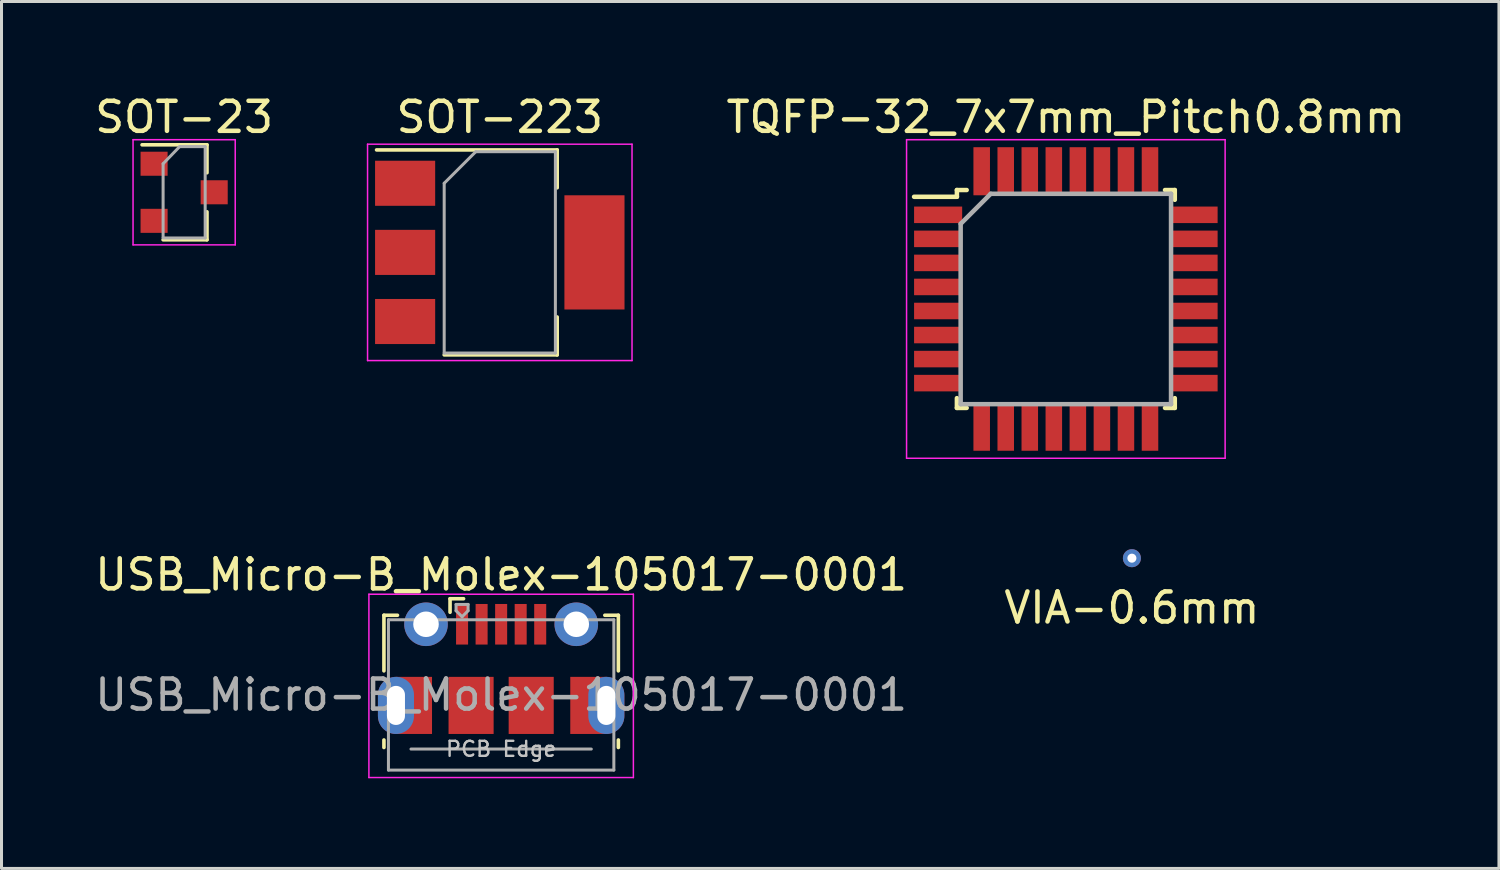
<source format=kicad_pcb>
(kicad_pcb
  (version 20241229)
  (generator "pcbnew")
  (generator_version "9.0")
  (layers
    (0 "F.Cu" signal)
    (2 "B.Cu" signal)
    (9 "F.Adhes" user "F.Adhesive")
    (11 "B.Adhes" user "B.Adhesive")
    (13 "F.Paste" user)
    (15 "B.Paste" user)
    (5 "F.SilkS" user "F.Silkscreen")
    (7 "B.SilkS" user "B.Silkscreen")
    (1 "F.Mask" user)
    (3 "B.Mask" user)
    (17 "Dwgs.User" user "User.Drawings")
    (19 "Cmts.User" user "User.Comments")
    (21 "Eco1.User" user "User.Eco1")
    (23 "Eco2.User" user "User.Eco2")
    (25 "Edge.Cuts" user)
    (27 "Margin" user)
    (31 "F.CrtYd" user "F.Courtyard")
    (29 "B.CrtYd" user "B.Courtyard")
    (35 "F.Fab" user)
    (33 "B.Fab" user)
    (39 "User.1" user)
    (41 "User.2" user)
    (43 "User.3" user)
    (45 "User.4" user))
  (footprint "SOT-223"
    (layer "F.Cu")
    (at 13.58 5.348)
    (property "Reference" "SOT-223" (at 0 -4.5 0) (layer "F.SilkS") (effects (font (size 1 1) (thickness 0.15))))
    (attr smd)
    (fp_line (start -4.1 -3.41) (end 1.91 -3.41) (stroke (width 0.12) (type solid)) (layer "F.SilkS"))
    (fp_line (start -1.85 3.41) (end 1.91 3.41) (stroke (width 0.12) (type solid)) (layer "F.SilkS"))
    (fp_line (start 1.91 -3.41) (end 1.91 -2.15) (stroke (width 0.12) (type solid)) (layer "F.SilkS"))
    (fp_line (start 1.91 3.41) (end 1.91 2.15) (stroke (width 0.12) (type solid)) (layer "F.SilkS"))
    (fp_line (start -4.4 -3.6) (end -4.4 3.6) (stroke (width 0.05) (type solid)) (layer "F.CrtYd"))
    (fp_line (start -4.4 3.6) (end 4.4 3.6) (stroke (width 0.05) (type solid)) (layer "F.CrtYd"))
    (fp_line (start 4.4 -3.6) (end -4.4 -3.6) (stroke (width 0.05) (type solid)) (layer "F.CrtYd"))
    (fp_line (start 4.4 3.6) (end 4.4 -3.6) (stroke (width 0.05) (type solid)) (layer "F.CrtYd"))
    (fp_line (start -1.85 -2.3) (end -1.85 3.35) (stroke (width 0.1) (type solid)) (layer "F.Fab"))
    (fp_line (start -1.85 -2.3) (end -0.8 -3.35) (stroke (width 0.1) (type solid)) (layer "F.Fab"))
    (fp_line (start -1.85 3.35) (end 1.85 3.35) (stroke (width 0.1) (type solid)) (layer "F.Fab"))
    (fp_line (start -0.8 -3.35) (end 1.85 -3.35) (stroke (width 0.1) (type solid)) (layer "F.Fab"))
    (fp_line (start 1.85 -3.35) (end 1.85 3.35) (stroke (width 0.1) (type solid)) (layer "F.Fab"))
    (pad "1" smd rect (at -3.15 -2.3) (size 2 1.5) (layers "F.Cu" "F.Mask" "F.Paste"))
    (pad "2" smd rect (at -3.15 0) (size 2 1.5) (layers "F.Cu" "F.Mask" "F.Paste"))
    (pad "3" smd rect (at -3.15 2.3) (size 2 1.5) (layers "F.Cu" "F.Mask" "F.Paste"))
    (pad "4" smd rect (at 3.15 0) (size 2 3.8) (layers "F.Cu" "F.Mask" "F.Paste")))
  (footprint "VIA-0.6mm"
    (layer "F.Cu")
    (at 34.613 15.523)
    (property "Reference" "VIA-0.6mm" (at 0 1.651 0) (layer "F.SilkS") (effects (font (size 1 1) (thickness 0.15))))
    (attr through_hole)
    (pad "1" thru_hole circle (at 0 0) (size 0.6 0.6) (drill 0.3) (layers "*.Cu")))
  (footprint "USB_Micro-B_Molex-105017-0001"
    (layer "F.Cu")
    (at 13.625 20.072)
    (property "Reference" "USB_Micro-B_Molex-105017-0001" (at 0 -4 0) (layer "F.SilkS") (effects (font (size 1 1) (thickness 0.15))))
    (attr smd)
    (fp_line (start -3.9 -2.65) (end -3.45 -2.65) (stroke (width 0.12) (type solid)) (layer "F.SilkS"))
    (fp_line (start -3.9 -0.8) (end -3.9 -2.65) (stroke (width 0.12) (type solid)) (layer "F.SilkS"))
    (fp_line (start -3.9 1.75) (end -3.9 1.5) (stroke (width 0.12) (type solid)) (layer "F.SilkS"))
    (fp_line (start -1.7 -3.2) (end -1.7 -2.75) (stroke (width 0.12) (type solid)) (layer "F.SilkS"))
    (fp_line (start -1.7 -3.2) (end -1.25 -3.2) (stroke (width 0.12) (type solid)) (layer "F.SilkS"))
    (fp_line (start 3.9 -2.65) (end 3.45 -2.65) (stroke (width 0.12) (type solid)) (layer "F.SilkS"))
    (fp_line (start 3.9 -0.8) (end 3.9 -2.65) (stroke (width 0.12) (type solid)) (layer "F.SilkS"))
    (fp_line (start 3.9 1.75) (end 3.9 1.5) (stroke (width 0.12) (type solid)) (layer "F.SilkS"))
    (fp_line (start -4.4 -3.35) (end 4.4 -3.35) (stroke (width 0.05) (type solid)) (layer "F.CrtYd"))
    (fp_line (start -4.4 2.75) (end -4.4 -3.35) (stroke (width 0.05) (type solid)) (layer "F.CrtYd"))
    (fp_line (start -4.4 2.75) (end 4.4 2.75) (stroke (width 0.05) (type solid)) (layer "F.CrtYd"))
    (fp_line (start 4.4 -3.35) (end 4.4 2.75) (stroke (width 0.05) (type solid)) (layer "F.CrtYd"))
    (fp_line (start -3.75 -2.5) (end 3.75 -2.5) (stroke (width 0.1) (type solid)) (layer "F.Fab"))
    (fp_line (start -3.75 2.5) (end -3.75 -2.5) (stroke (width 0.1) (type solid)) (layer "F.Fab"))
    (fp_line (start -3.75 2.502) (end 3.75 2.502) (stroke (width 0.1) (type solid)) (layer "F.Fab"))
    (fp_line (start -3 1.802) (end 3 1.802) (stroke (width 0.1) (type solid)) (layer "F.Fab"))
    (fp_line (start -1.5 -3.01) (end -1.5 -2.8) (stroke (width 0.1) (type solid)) (layer "F.Fab"))
    (fp_line (start -1.5 -3.01) (end -1.1 -3.01) (stroke (width 0.1) (type solid)) (layer "F.Fab"))
    (fp_line (start -1.3 -2.6) (end -1.5 -2.8) (stroke (width 0.1) (type solid)) (layer "F.Fab"))
    (fp_line (start -1.1 -3.01) (end -1.1 -2.8) (stroke (width 0.1) (type solid)) (layer "F.Fab"))
    (fp_line (start -1.1 -2.8) (end -1.3 -2.6) (stroke (width 0.1) (type solid)) (layer "F.Fab"))
    (fp_line (start 3.75 2.5) (end 3.75 -2.5) (stroke (width 0.1) (type solid)) (layer "F.Fab"))
    (fp_text user "PCB Edge" (at 0 1.8 0) (layer "Dwgs.User") (effects (font (size 0.5 0.5) (thickness 0.08))))
    (fp_text user "${REFERENCE}" (at 0 0 0) (layer "F.Fab") (effects (font (size 1 1) (thickness 0.15))))
    (pad "1" smd rect (at -1.3 -2.35) (size 0.4 1.35) (layers "F.Cu" "F.Mask" "F.Paste"))
    (pad "2" smd rect (at -0.65 -2.35) (size 0.4 1.35) (layers "F.Cu" "F.Mask" "F.Paste"))
    (pad "3" smd rect (at 0 -2.35) (size 0.4 1.35) (layers "F.Cu" "F.Mask" "F.Paste"))
    (pad "4" smd rect (at 0.65 -2.35) (size 0.4 1.35) (layers "F.Cu" "F.Mask" "F.Paste"))
    (pad "5" smd rect (at 1.3 -2.35) (size 0.4 1.35) (layers "F.Cu" "F.Mask" "F.Paste"))
    (pad "6" thru_hole oval (at -3.5 0.35 180) (size 1.2 1.9) (drill oval 0.6 1.3) (layers "*.Cu" "*.Mask"))
    (pad "6" smd rect (at -2.9 0.35) (size 1.2 1.9) (layers "F.Cu" "F.Mask"))
    (pad "6" thru_hole circle (at -2.5 -2.35) (size 1.45 1.45) (drill 0.85) (layers "*.Cu" "*.Mask"))
    (pad "6" smd rect (at -1 0.35) (size 1.5 1.9) (layers "F.Cu" "F.Mask" "F.Paste"))
    (pad "6" smd rect (at 1 0.35) (size 1.5 1.9) (layers "F.Cu" "F.Mask" "F.Paste"))
    (pad "6" thru_hole circle (at 2.5 -2.35) (size 1.45 1.45) (drill 0.85) (layers "*.Cu" "*.Mask"))
    (pad "6" smd rect (at 2.9 0.35) (size 1.2 1.9) (layers "F.Cu" "F.Mask"))
    (pad "6" thru_hole oval (at 3.5 0.35) (size 1.2 1.9) (drill oval 0.6 1.3) (layers "*.Cu" "*.Mask")))
  (footprint "SOT-23"
    (layer "F.Cu")
    (at 3.077 3.348)
    (property "Reference" "SOT-23" (at 0 -2.5 0) (layer "F.SilkS") (effects (font (size 1 1) (thickness 0.15))))
    (attr smd)
    (fp_line (start 0.76 -1.58) (end -1.4 -1.58) (stroke (width 0.12) (type solid)) (layer "F.SilkS"))
    (fp_line (start 0.76 -1.58) (end 0.76 -0.65) (stroke (width 0.12) (type solid)) (layer "F.SilkS"))
    (fp_line (start 0.76 1.58) (end -0.7 1.58) (stroke (width 0.12) (type solid)) (layer "F.SilkS"))
    (fp_line (start 0.76 1.58) (end 0.76 0.65) (stroke (width 0.12) (type solid)) (layer "F.SilkS"))
    (fp_line (start -1.7 -1.75) (end 1.7 -1.75) (stroke (width 0.05) (type solid)) (layer "F.CrtYd"))
    (fp_line (start -1.7 1.75) (end -1.7 -1.75) (stroke (width 0.05) (type solid)) (layer "F.CrtYd"))
    (fp_line (start 1.7 -1.75) (end 1.7 1.75) (stroke (width 0.05) (type solid)) (layer "F.CrtYd"))
    (fp_line (start 1.7 1.75) (end -1.7 1.75) (stroke (width 0.05) (type solid)) (layer "F.CrtYd"))
    (fp_line (start -0.7 -0.95) (end -0.7 1.5) (stroke (width 0.1) (type solid)) (layer "F.Fab"))
    (fp_line (start -0.7 -0.95) (end -0.15 -1.52) (stroke (width 0.1) (type solid)) (layer "F.Fab"))
    (fp_line (start -0.7 1.52) (end 0.7 1.52) (stroke (width 0.1) (type solid)) (layer "F.Fab"))
    (fp_line (start -0.15 -1.52) (end 0.7 -1.52) (stroke (width 0.1) (type solid)) (layer "F.Fab"))
    (fp_line (start 0.7 -1.52) (end 0.7 1.52) (stroke (width 0.1) (type solid)) (layer "F.Fab"))
    (pad "1" smd rect (at -1 -0.95) (size 0.9 0.8) (layers "F.Cu" "F.Mask" "F.Paste"))
    (pad "2" smd rect (at -1 0.95) (size 0.9 0.8) (layers "F.Cu" "F.Mask" "F.Paste"))
    (pad "3" smd rect (at 1 0) (size 0.9 0.8) (layers "F.Cu" "F.Mask" "F.Paste")))
  (footprint "TQFP-32_7x7mm_Pitch0.8mm"
    (layer "F.Cu")
    (at 32.415 6.898)
    (property "Reference" "TQFP-32_7x7mm_Pitch0.8mm" (at 0 -6.05 0) (layer "F.SilkS") (effects (font (size 1 1) (thickness 0.15))))
    (attr smd)
    (fp_line (start -3.625 -3.625) (end -3.625 -3.4) (stroke (width 0.15) (type solid)) (layer "F.SilkS"))
    (fp_line (start -3.625 -3.625) (end -3.3 -3.625) (stroke (width 0.15) (type solid)) (layer "F.SilkS"))
    (fp_line (start -3.625 -3.4) (end -5.05 -3.4) (stroke (width 0.15) (type solid)) (layer "F.SilkS"))
    (fp_line (start -3.625 3.625) (end -3.625 3.3) (stroke (width 0.15) (type solid)) (layer "F.SilkS"))
    (fp_line (start -3.625 3.625) (end -3.3 3.625) (stroke (width 0.15) (type solid)) (layer "F.SilkS"))
    (fp_line (start 3.625 -3.625) (end 3.3 -3.625) (stroke (width 0.15) (type solid)) (layer "F.SilkS"))
    (fp_line (start 3.625 -3.625) (end 3.625 -3.3) (stroke (width 0.15) (type solid)) (layer "F.SilkS"))
    (fp_line (start 3.625 3.625) (end 3.3 3.625) (stroke (width 0.15) (type solid)) (layer "F.SilkS"))
    (fp_line (start 3.625 3.625) (end 3.625 3.3) (stroke (width 0.15) (type solid)) (layer "F.SilkS"))
    (fp_line (start -5.3 -5.3) (end -5.3 5.3) (stroke (width 0.05) (type solid)) (layer "F.CrtYd"))
    (fp_line (start -5.3 -5.3) (end 5.3 -5.3) (stroke (width 0.05) (type solid)) (layer "F.CrtYd"))
    (fp_line (start -5.3 5.3) (end 5.3 5.3) (stroke (width 0.05) (type solid)) (layer "F.CrtYd"))
    (fp_line (start 5.3 -5.3) (end 5.3 5.3) (stroke (width 0.05) (type solid)) (layer "F.CrtYd"))
    (fp_line (start -3.5 -2.5) (end -2.5 -3.5) (stroke (width 0.15) (type solid)) (layer "F.Fab"))
    (fp_line (start -3.5 3.5) (end -3.5 -2.5) (stroke (width 0.15) (type solid)) (layer "F.Fab"))
    (fp_line (start -2.5 -3.5) (end 3.5 -3.5) (stroke (width 0.15) (type solid)) (layer "F.Fab"))
    (fp_line (start 3.5 -3.5) (end 3.5 3.5) (stroke (width 0.15) (type solid)) (layer "F.Fab"))
    (fp_line (start 3.5 3.5) (end -3.5 3.5) (stroke (width 0.15) (type solid)) (layer "F.Fab"))
    (pad "1" smd rect (at -4.25 -2.8) (size 1.6 0.55) (layers "F.Cu" "F.Mask" "F.Paste"))
    (pad "2" smd rect (at -4.25 -2) (size 1.6 0.55) (layers "F.Cu" "F.Mask" "F.Paste"))
    (pad "3" smd rect (at -4.25 -1.2) (size 1.6 0.55) (layers "F.Cu" "F.Mask" "F.Paste"))
    (pad "4" smd rect (at -4.25 -0.4) (size 1.6 0.55) (layers "F.Cu" "F.Mask" "F.Paste"))
    (pad "5" smd rect (at -4.25 0.4) (size 1.6 0.55) (layers "F.Cu" "F.Mask" "F.Paste"))
    (pad "6" smd rect (at -4.25 1.2) (size 1.6 0.55) (layers "F.Cu" "F.Mask" "F.Paste"))
    (pad "7" smd rect (at -4.25 2) (size 1.6 0.55) (layers "F.Cu" "F.Mask" "F.Paste"))
    (pad "8" smd rect (at -4.25 2.8) (size 1.6 0.55) (layers "F.Cu" "F.Mask" "F.Paste"))
    (pad "9" smd rect (at -2.8 4.25 90) (size 1.6 0.55) (layers "F.Cu" "F.Mask" "F.Paste"))
    (pad "10" smd rect (at -2 4.25 90) (size 1.6 0.55) (layers "F.Cu" "F.Mask" "F.Paste"))
    (pad "11" smd rect (at -1.2 4.25 90) (size 1.6 0.55) (layers "F.Cu" "F.Mask" "F.Paste"))
    (pad "12" smd rect (at -0.4 4.25 90) (size 1.6 0.55) (layers "F.Cu" "F.Mask" "F.Paste"))
    (pad "13" smd rect (at 0.4 4.25 90) (size 1.6 0.55) (layers "F.Cu" "F.Mask" "F.Paste"))
    (pad "14" smd rect (at 1.2 4.25 90) (size 1.6 0.55) (layers "F.Cu" "F.Mask" "F.Paste"))
    (pad "15" smd rect (at 2 4.25 90) (size 1.6 0.55) (layers "F.Cu" "F.Mask" "F.Paste"))
    (pad "16" smd rect (at 2.8 4.25 90) (size 1.6 0.55) (layers "F.Cu" "F.Mask" "F.Paste"))
    (pad "17" smd rect (at 4.25 2.8) (size 1.6 0.55) (layers "F.Cu" "F.Mask" "F.Paste"))
    (pad "18" smd rect (at 4.25 2) (size 1.6 0.55) (layers "F.Cu" "F.Mask" "F.Paste"))
    (pad "19" smd rect (at 4.25 1.2) (size 1.6 0.55) (layers "F.Cu" "F.Mask" "F.Paste"))
    (pad "20" smd rect (at 4.25 0.4) (size 1.6 0.55) (layers "F.Cu" "F.Mask" "F.Paste"))
    (pad "21" smd rect (at 4.25 -0.4) (size 1.6 0.55) (layers "F.Cu" "F.Mask" "F.Paste"))
    (pad "22" smd rect (at 4.25 -1.2) (size 1.6 0.55) (layers "F.Cu" "F.Mask" "F.Paste"))
    (pad "23" smd rect (at 4.25 -2) (size 1.6 0.55) (layers "F.Cu" "F.Mask" "F.Paste"))
    (pad "24" smd rect (at 4.25 -2.8) (size 1.6 0.55) (layers "F.Cu" "F.Mask" "F.Paste"))
    (pad "25" smd rect (at 2.8 -4.25 90) (size 1.6 0.55) (layers "F.Cu" "F.Mask" "F.Paste"))
    (pad "26" smd rect (at 2 -4.25 90) (size 1.6 0.55) (layers "F.Cu" "F.Mask" "F.Paste"))
    (pad "27" smd rect (at 1.2 -4.25 90) (size 1.6 0.55) (layers "F.Cu" "F.Mask" "F.Paste"))
    (pad "28" smd rect (at 0.4 -4.25 90) (size 1.6 0.55) (layers "F.Cu" "F.Mask" "F.Paste"))
    (pad "29" smd rect (at -0.4 -4.25 90) (size 1.6 0.55) (layers "F.Cu" "F.Mask" "F.Paste"))
    (pad "30" smd rect (at -1.2 -4.25 90) (size 1.6 0.55) (layers "F.Cu" "F.Mask" "F.Paste"))
    (pad "31" smd rect (at -2 -4.25 90) (size 1.6 0.55) (layers "F.Cu" "F.Mask" "F.Paste"))
    (pad "32" smd rect (at -2.8 -4.25 90) (size 1.6 0.55) (layers "F.Cu" "F.Mask" "F.Paste")))
  (gr_rect
    (start -3 -3)
    (end 46.826 25.846)
    (stroke (width 0.1) (type default))
    (fill no)
    (layer "Edge.Cuts")))
</source>
